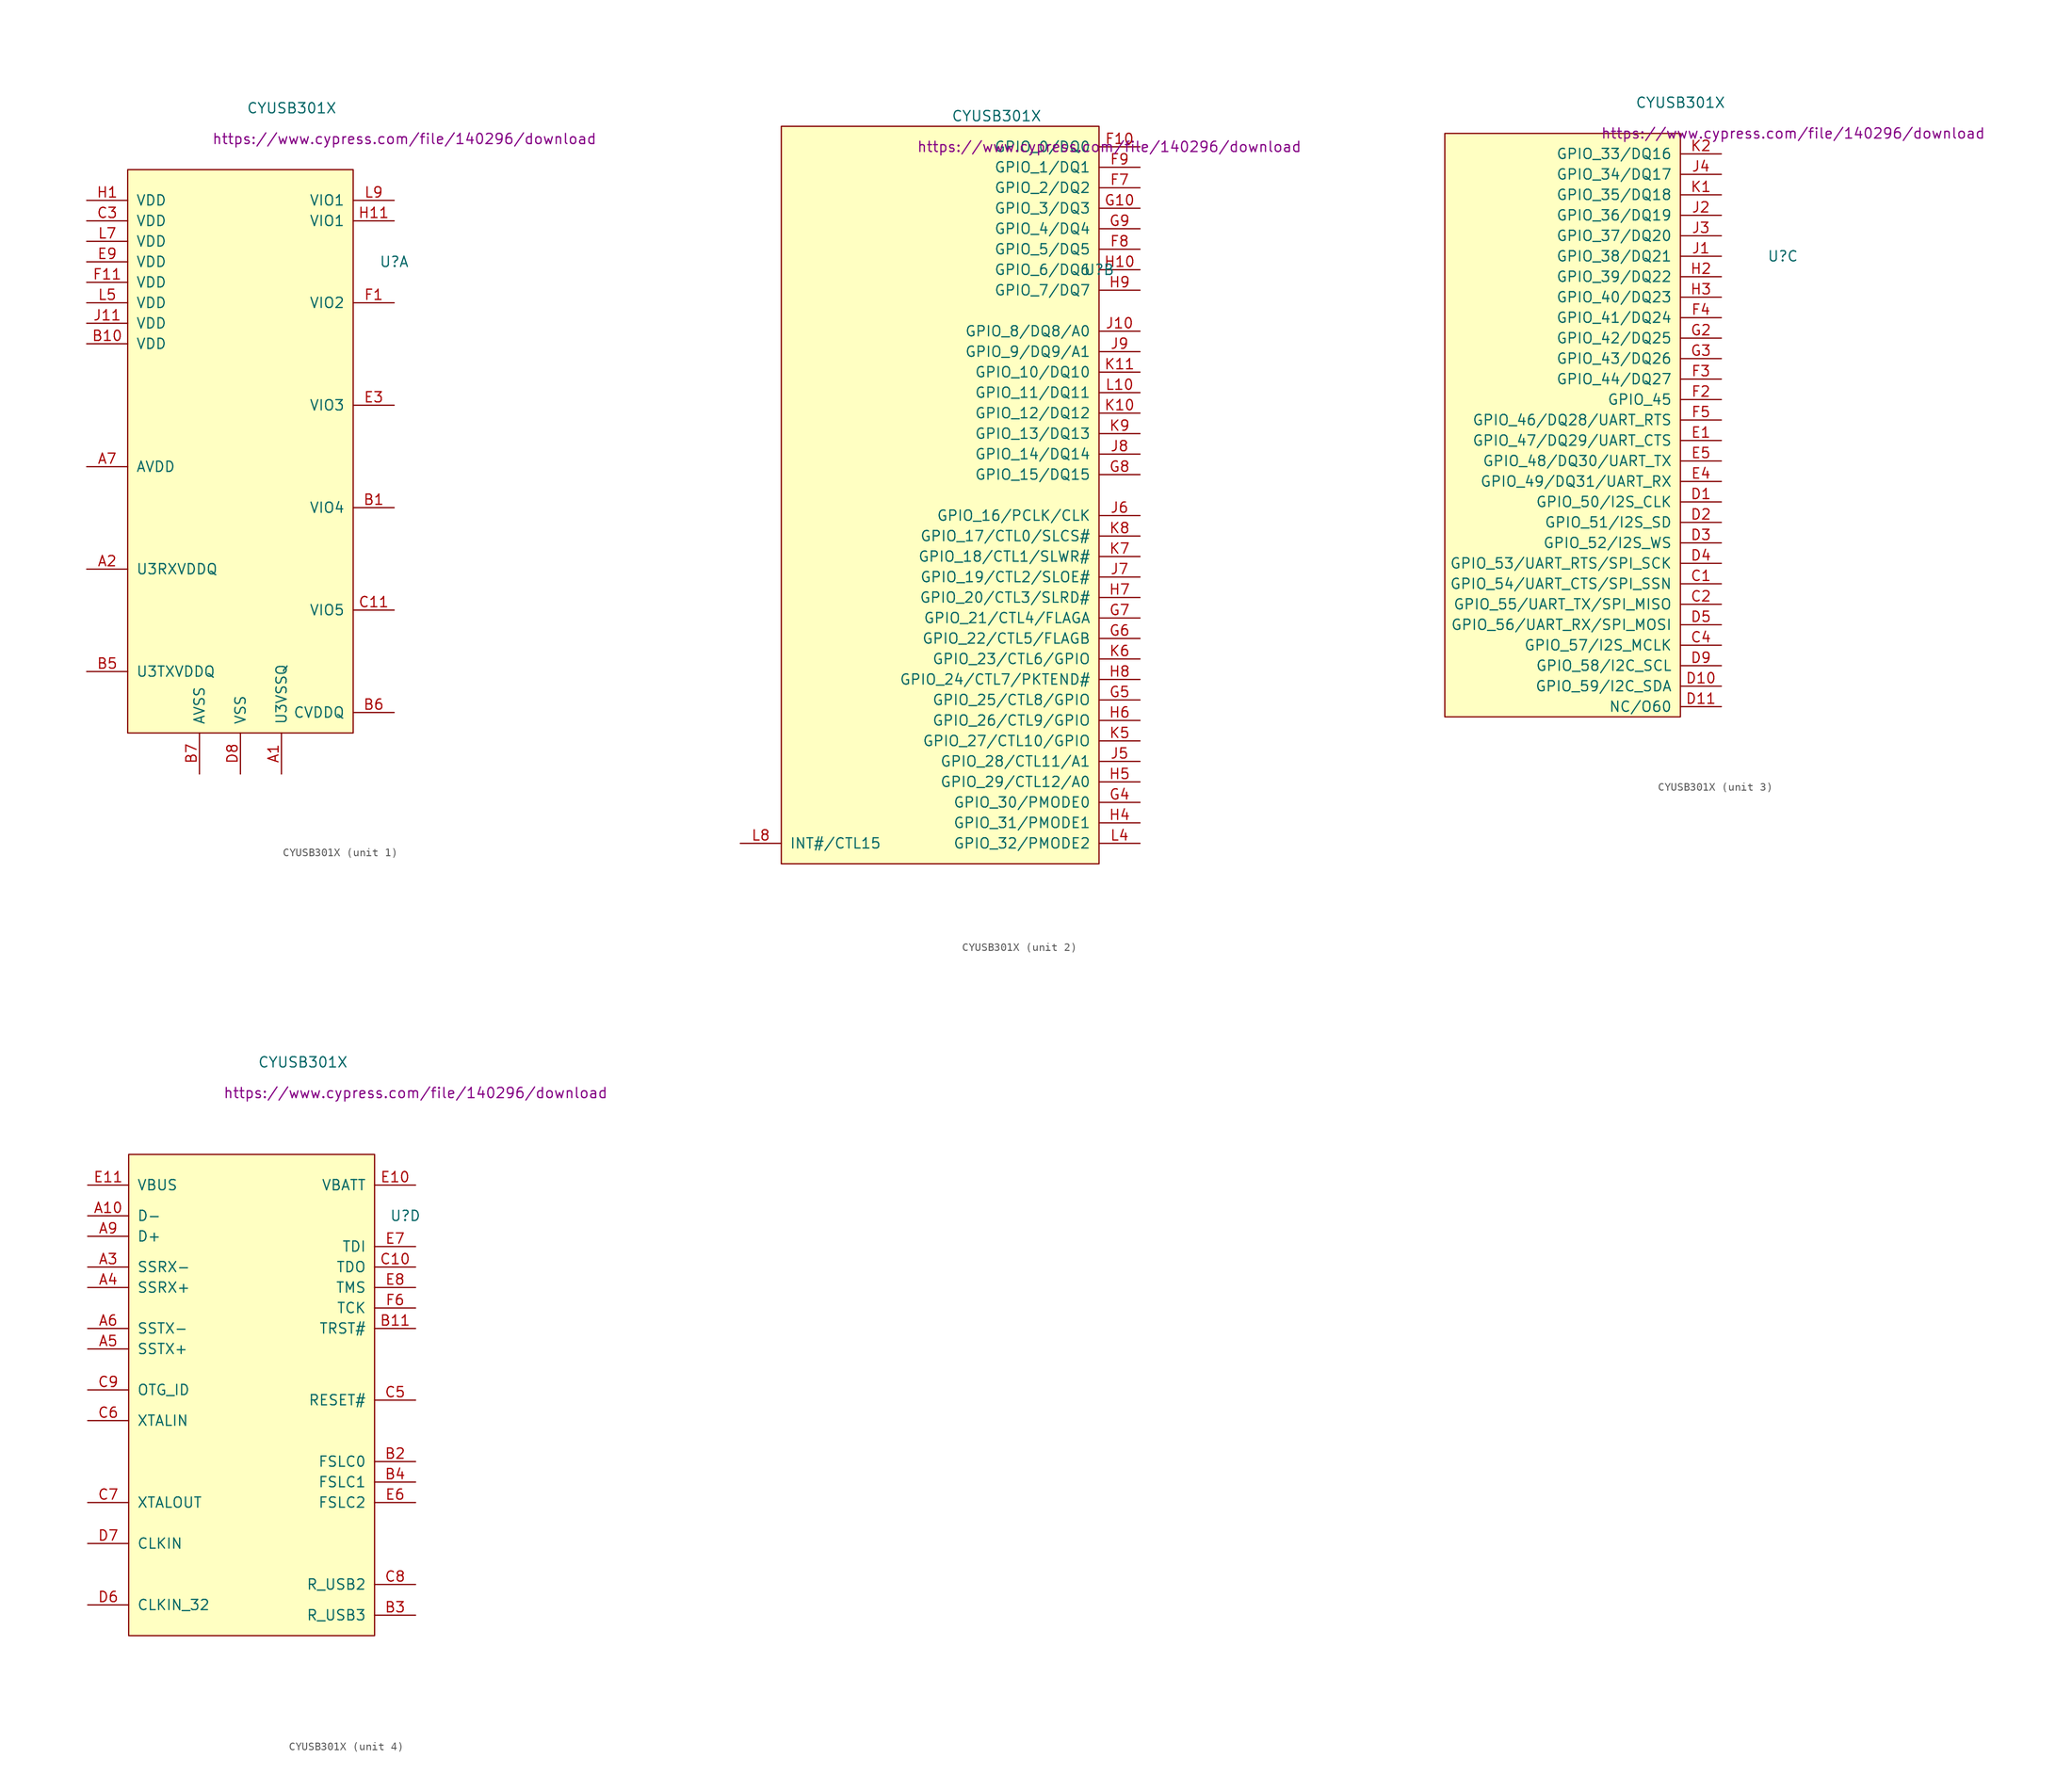
<source format=kicad_sym>
(kicad_symbol_lib
  (version 20231120)
  (generator "kicad_symbol_editor")
  (generator_version "8.0")
  (symbol "CYUSB301X"
    (pin_names
      (offset 1.016))
    (property "Reference" "U"
      (at 19.05 24.13 0)
      (effects (font (size 1.27 1.27))))
    (property "Value" "CYUSB301X"
      (at 6.35 43.18 0)
      (effects (font (size 1.27 1.27))))
    (property "Datasheet" "https://www.cypress.com/file/140296/download"
      (at 20.32 39.37 0)
      (effects (font (size 1.27 1.27))))
    (property "ki_locked" ""
      (at 0 0 0)
      (effects (font (size 1.27 1.27))))
    (symbol "CYUSB301X_1_1"
      (rectangle (start -13.97 35.56) (end 13.97 -34.29) (stroke (width 0) (type default)) (fill (type background)))
      (pin power_in line (at 5.08 -39.37 90) (length 5.08) (name "U3VSSQ" (effects (font (size 1.27 1.27)))) (number "A1" (effects (font (size 1.27 1.27)))))
      (pin power_in line (at -19.05 -13.97 0) (length 5.08) (name "U3RXVDDQ" (effects (font (size 1.27 1.27)))) (number "A2" (effects (font (size 1.27 1.27)))))
      (pin power_in line (at -19.05 -1.27 0) (length 5.08) (name "AVDD" (effects (font (size 1.27 1.27)))) (number "A7" (effects (font (size 1.27 1.27)))))
      (pin power_in line (at 0 -39.37 90) (length 5.08) hide (name "VSS" (effects (font (size 1.27 1.27)))) (number "A8" (effects (font (size 1.27 1.27)))))
      (pin power_in line (at 19.05 -6.35 180) (length 5.08) (name "VIO4" (effects (font (size 1.27 1.27)))) (number "B1" (effects (font (size 1.27 1.27)))))
      (pin power_in line (at -19.05 13.97 0) (length 5.08) (name "VDD" (effects (font (size 1.27 1.27)))) (number "B10" (effects (font (size 1.27 1.27)))))
      (pin power_in line (at -19.05 -26.67 0) (length 5.08) (name "U3TXVDDQ" (effects (font (size 1.27 1.27)))) (number "B5" (effects (font (size 1.27 1.27)))))
      (pin power_in line (at 19.05 -31.75 180) (length 5.08) (name "CVDDQ" (effects (font (size 1.27 1.27)))) (number "B6" (effects (font (size 1.27 1.27)))))
      (pin power_in line (at -5.08 -39.37 90) (length 5.08) (name "AVSS" (effects (font (size 1.27 1.27)))) (number "B7" (effects (font (size 1.27 1.27)))))
      (pin power_in line (at 0 -39.37 90) (length 5.08) hide (name "VSS" (effects (font (size 1.27 1.27)))) (number "B8" (effects (font (size 1.27 1.27)))))
      (pin power_in line (at 0 -39.37 90) (length 5.08) hide (name "VSS" (effects (font (size 1.27 1.27)))) (number "B9" (effects (font (size 1.27 1.27)))))
      (pin power_in line (at 19.05 -19.05 180) (length 5.08) (name "VIO5" (effects (font (size 1.27 1.27)))) (number "C11" (effects (font (size 1.27 1.27)))))
      (pin power_in line (at -19.05 29.21 0) (length 5.08) (name "VDD" (effects (font (size 1.27 1.27)))) (number "C3" (effects (font (size 1.27 1.27)))))
      (pin power_in line (at 0 -39.37 90) (length 5.08) (name "VSS" (effects (font (size 1.27 1.27)))) (number "D8" (effects (font (size 1.27 1.27)))))
      (pin power_in line (at 0 -39.37 90) (length 5.08) hide (name "VSS" (effects (font (size 1.27 1.27)))) (number "E2" (effects (font (size 1.27 1.27)))))
      (pin power_in line (at 19.05 6.35 180) (length 5.08) (name "VIO3" (effects (font (size 1.27 1.27)))) (number "E3" (effects (font (size 1.27 1.27)))))
      (pin power_in line (at -19.05 24.13 0) (length 5.08) (name "VDD" (effects (font (size 1.27 1.27)))) (number "E9" (effects (font (size 1.27 1.27)))))
      (pin power_in line (at 19.05 19.05 180) (length 5.08) (name "VIO2" (effects (font (size 1.27 1.27)))) (number "F1" (effects (font (size 1.27 1.27)))))
      (pin power_in line (at -19.05 21.59 0) (length 5.08) (name "VDD" (effects (font (size 1.27 1.27)))) (number "F11" (effects (font (size 1.27 1.27)))))
      (pin power_in line (at 0 -39.37 90) (length 5.08) hide (name "VSS" (effects (font (size 1.27 1.27)))) (number "G1" (effects (font (size 1.27 1.27)))))
      (pin power_in line (at 0 -39.37 90) (length 5.08) hide (name "VSS" (effects (font (size 1.27 1.27)))) (number "G11" (effects (font (size 1.27 1.27)))))
      (pin power_in line (at -19.05 31.75 0) (length 5.08) (name "VDD" (effects (font (size 1.27 1.27)))) (number "H1" (effects (font (size 1.27 1.27)))))
      (pin power_in line (at 19.05 29.21 180) (length 5.08) (name "VIO1" (effects (font (size 1.27 1.27)))) (number "H11" (effects (font (size 1.27 1.27)))))
      (pin power_in line (at -19.05 16.51 0) (length 5.08) (name "VDD" (effects (font (size 1.27 1.27)))) (number "J11" (effects (font (size 1.27 1.27)))))
      (pin power_in line (at 0 -39.37 90) (length 5.08) hide (name "VSS" (effects (font (size 1.27 1.27)))) (number "K3" (effects (font (size 1.27 1.27)))))
      (pin power_in line (at 0 -39.37 90) (length 5.08) hide (name "VSS" (effects (font (size 1.27 1.27)))) (number "K4" (effects (font (size 1.27 1.27)))))
      (pin power_in line (at 0 -39.37 90) (length 5.08) hide (name "VSS" (effects (font (size 1.27 1.27)))) (number "L1" (effects (font (size 1.27 1.27)))))
      (pin power_in line (at 0 -39.37 90) (length 5.08) hide (name "VSS" (effects (font (size 1.27 1.27)))) (number "L11" (effects (font (size 1.27 1.27)))))
      (pin power_in line (at 0 -39.37 90) (length 5.08) hide (name "VSS" (effects (font (size 1.27 1.27)))) (number "L2" (effects (font (size 1.27 1.27)))))
      (pin power_in line (at 0 -39.37 90) (length 5.08) hide (name "VSS" (effects (font (size 1.27 1.27)))) (number "L3" (effects (font (size 1.27 1.27)))))
      (pin power_in line (at -19.05 19.05 0) (length 5.08) (name "VDD" (effects (font (size 1.27 1.27)))) (number "L5" (effects (font (size 1.27 1.27)))))
      (pin power_in line (at 0 -39.37 90) (length 5.08) hide (name "VSS" (effects (font (size 1.27 1.27)))) (number "L6" (effects (font (size 1.27 1.27)))))
      (pin power_in line (at -19.05 26.67 0) (length 5.08) (name "VDD" (effects (font (size 1.27 1.27)))) (number "L7" (effects (font (size 1.27 1.27)))))
      (pin power_in line (at 19.05 31.75 180) (length 5.08) (name "VIO1" (effects (font (size 1.27 1.27)))) (number "L9" (effects (font (size 1.27 1.27))))))
    (symbol "CYUSB301X_2_1"
      (rectangle (start -20.32 41.91) (end 19.05 -49.53) (stroke (width 0) (type default)) (fill (type background)))
      (pin tri_state line (at 24.13 39.37 180) (length 5.08) (name "GPIO_0/DQ0" (effects (font (size 1.27 1.27)))) (number "F10" (effects (font (size 1.27 1.27)))))
      (pin tri_state line (at 24.13 34.29 180) (length 5.08) (name "GPIO_2/DQ2" (effects (font (size 1.27 1.27)))) (number "F7" (effects (font (size 1.27 1.27)))))
      (pin tri_state line (at 24.13 26.67 180) (length 5.08) (name "GPIO_5/DQ5" (effects (font (size 1.27 1.27)))) (number "F8" (effects (font (size 1.27 1.27)))))
      (pin tri_state line (at 24.13 36.83 180) (length 5.08) (name "GPIO_1/DQ1" (effects (font (size 1.27 1.27)))) (number "F9" (effects (font (size 1.27 1.27)))))
      (pin tri_state line (at 24.13 31.75 180) (length 5.08) (name "GPIO_3/DQ3" (effects (font (size 1.27 1.27)))) (number "G10" (effects (font (size 1.27 1.27)))))
      (pin tri_state line (at 24.13 -41.91 180) (length 5.08) (name "GPIO_30/PMODE0" (effects (font (size 1.27 1.27)))) (number "G4" (effects (font (size 1.27 1.27)))))
      (pin tri_state line (at 24.13 -29.21 180) (length 5.08) (name "GPIO_25/CTL8/GPIO" (effects (font (size 1.27 1.27)))) (number "G5" (effects (font (size 1.27 1.27)))))
      (pin tri_state line (at 24.13 -21.59 180) (length 5.08) (name "GPIO_22/CTL5/FLAGB" (effects (font (size 1.27 1.27)))) (number "G6" (effects (font (size 1.27 1.27)))))
      (pin tri_state line (at 24.13 -19.05 180) (length 5.08) (name "GPIO_21/CTL4/FLAGA" (effects (font (size 1.27 1.27)))) (number "G7" (effects (font (size 1.27 1.27)))))
      (pin tri_state line (at 24.13 -1.27 180) (length 5.08) (name "GPIO_15/DQ15" (effects (font (size 1.27 1.27)))) (number "G8" (effects (font (size 1.27 1.27)))))
      (pin tri_state line (at 24.13 29.21 180) (length 5.08) (name "GPIO_4/DQ4" (effects (font (size 1.27 1.27)))) (number "G9" (effects (font (size 1.27 1.27)))))
      (pin tri_state line (at 24.13 24.13 180) (length 5.08) (name "GPIO_6/DQ6" (effects (font (size 1.27 1.27)))) (number "H10" (effects (font (size 1.27 1.27)))))
      (pin input line (at 24.13 -44.45 180) (length 5.08) (name "GPIO_31/PMODE1" (effects (font (size 1.27 1.27)))) (number "H4" (effects (font (size 1.27 1.27)))))
      (pin tri_state line (at 24.13 -39.37 180) (length 5.08) (name "GPIO_29/CTL12/A0" (effects (font (size 1.27 1.27)))) (number "H5" (effects (font (size 1.27 1.27)))))
      (pin tri_state line (at 24.13 -31.75 180) (length 5.08) (name "GPIO_26/CTL9/GPIO" (effects (font (size 1.27 1.27)))) (number "H6" (effects (font (size 1.27 1.27)))))
      (pin tri_state line (at 24.13 -16.51 180) (length 5.08) (name "GPIO_20/CTL3/SLRD#" (effects (font (size 1.27 1.27)))) (number "H7" (effects (font (size 1.27 1.27)))))
      (pin tri_state line (at 24.13 -26.67 180) (length 5.08) (name "GPIO_24/CTL7/PKTEND#" (effects (font (size 1.27 1.27)))) (number "H8" (effects (font (size 1.27 1.27)))))
      (pin tri_state line (at 24.13 21.59 180) (length 5.08) (name "GPIO_7/DQ7" (effects (font (size 1.27 1.27)))) (number "H9" (effects (font (size 1.27 1.27)))))
      (pin tri_state line (at 24.13 16.51 180) (length 5.08) (name "GPIO_8/DQ8/A0" (effects (font (size 1.27 1.27)))) (number "J10" (effects (font (size 1.27 1.27)))))
      (pin tri_state line (at 24.13 -36.83 180) (length 5.08) (name "GPIO_28/CTL11/A1" (effects (font (size 1.27 1.27)))) (number "J5" (effects (font (size 1.27 1.27)))))
      (pin tri_state line (at 24.13 -6.35 180) (length 5.08) (name "GPIO_16/PCLK/CLK" (effects (font (size 1.27 1.27)))) (number "J6" (effects (font (size 1.27 1.27)))))
      (pin tri_state line (at 24.13 -13.97 180) (length 5.08) (name "GPIO_19/CTL2/SLOE#" (effects (font (size 1.27 1.27)))) (number "J7" (effects (font (size 1.27 1.27)))))
      (pin tri_state line (at 24.13 1.27 180) (length 5.08) (name "GPIO_14/DQ14" (effects (font (size 1.27 1.27)))) (number "J8" (effects (font (size 1.27 1.27)))))
      (pin tri_state line (at 24.13 13.97 180) (length 5.08) (name "GPIO_9/DQ9/A1" (effects (font (size 1.27 1.27)))) (number "J9" (effects (font (size 1.27 1.27)))))
      (pin tri_state line (at 24.13 6.35 180) (length 5.08) (name "GPIO_12/DQ12" (effects (font (size 1.27 1.27)))) (number "K10" (effects (font (size 1.27 1.27)))))
      (pin tri_state line (at 24.13 11.43 180) (length 5.08) (name "GPIO_10/DQ10" (effects (font (size 1.27 1.27)))) (number "K11" (effects (font (size 1.27 1.27)))))
      (pin tri_state line (at 24.13 -34.29 180) (length 5.08) (name "GPIO_27/CTL10/GPIO" (effects (font (size 1.27 1.27)))) (number "K5" (effects (font (size 1.27 1.27)))))
      (pin tri_state line (at 24.13 -24.13 180) (length 5.08) (name "GPIO_23/CTL6/GPIO" (effects (font (size 1.27 1.27)))) (number "K6" (effects (font (size 1.27 1.27)))))
      (pin tri_state line (at 24.13 -11.43 180) (length 5.08) (name "GPIO_18/CTL1/SLWR#" (effects (font (size 1.27 1.27)))) (number "K7" (effects (font (size 1.27 1.27)))))
      (pin tri_state line (at 24.13 -8.89 180) (length 5.08) (name "GPIO_17/CTL0/SLCS#" (effects (font (size 1.27 1.27)))) (number "K8" (effects (font (size 1.27 1.27)))))
      (pin tri_state line (at 24.13 3.81 180) (length 5.08) (name "GPIO_13/DQ13" (effects (font (size 1.27 1.27)))) (number "K9" (effects (font (size 1.27 1.27)))))
      (pin tri_state line (at 24.13 8.89 180) (length 5.08) (name "GPIO_11/DQ11" (effects (font (size 1.27 1.27)))) (number "L10" (effects (font (size 1.27 1.27)))))
      (pin input line (at 24.13 -46.99 180) (length 5.08) (name "GPIO_32/PMODE2" (effects (font (size 1.27 1.27)))) (number "L4" (effects (font (size 1.27 1.27)))))
      (pin bidirectional line (at -25.4 -46.99 0) (length 5.08) (name "INT#/CTL15" (effects (font (size 1.27 1.27)))) (number "L8" (effects (font (size 1.27 1.27))))))
    (symbol "CYUSB301X_3_1"
      (rectangle (start -22.86 39.37) (end 6.35 -33.02) (stroke (width 0) (type default)) (fill (type background)))
      (pin input line (at 11.43 -16.51 180) (length 5.08) (name "GPIO_54/UART_CTS/SPI_SSN" (effects (font (size 1.27 1.27)))) (number "C1" (effects (font (size 1.27 1.27)))))
      (pin input line (at 11.43 -19.05 180) (length 5.08) (name "GPIO_55/UART_TX/SPI_MISO" (effects (font (size 1.27 1.27)))) (number "C2" (effects (font (size 1.27 1.27)))))
      (pin input line (at 11.43 -24.13 180) (length 5.08) (name "GPIO_57/I2S_MCLK" (effects (font (size 1.27 1.27)))) (number "C4" (effects (font (size 1.27 1.27)))))
      (pin input line (at 11.43 -6.35 180) (length 5.08) (name "GPIO_50/I2S_CLK" (effects (font (size 1.27 1.27)))) (number "D1" (effects (font (size 1.27 1.27)))))
      (pin bidirectional line (at 11.43 -29.21 180) (length 5.08) (name "GPIO_59/I2C_SDA" (effects (font (size 1.27 1.27)))) (number "D10" (effects (font (size 1.27 1.27)))))
      (pin output line (at 11.43 -31.75 180) (length 5.08) (name "NC/O60" (effects (font (size 1.27 1.27)))) (number "D11" (effects (font (size 1.27 1.27)))))
      (pin input line (at 11.43 -8.89 180) (length 5.08) (name "GPIO_51/I2S_SD" (effects (font (size 1.27 1.27)))) (number "D2" (effects (font (size 1.27 1.27)))))
      (pin input line (at 11.43 -11.43 180) (length 5.08) (name "GPIO_52/I2S_WS" (effects (font (size 1.27 1.27)))) (number "D3" (effects (font (size 1.27 1.27)))))
      (pin input line (at 11.43 -13.97 180) (length 5.08) (name "GPIO_53/UART_RTS/SPI_SCK" (effects (font (size 1.27 1.27)))) (number "D4" (effects (font (size 1.27 1.27)))))
      (pin input line (at 11.43 -21.59 180) (length 5.08) (name "GPIO_56/UART_RX/SPI_MOSI" (effects (font (size 1.27 1.27)))) (number "D5" (effects (font (size 1.27 1.27)))))
      (pin bidirectional line (at 11.43 -26.67 180) (length 5.08) (name "GPIO_58/I2C_SCL" (effects (font (size 1.27 1.27)))) (number "D9" (effects (font (size 1.27 1.27)))))
      (pin input line (at 11.43 1.27 180) (length 5.08) (name "GPIO_47/DQ29/UART_CTS" (effects (font (size 1.27 1.27)))) (number "E1" (effects (font (size 1.27 1.27)))))
      (pin input line (at 11.43 -3.81 180) (length 5.08) (name "GPIO_49/DQ31/UART_RX" (effects (font (size 1.27 1.27)))) (number "E4" (effects (font (size 1.27 1.27)))))
      (pin input line (at 11.43 -1.27 180) (length 5.08) (name "GPIO_48/DQ30/UART_TX" (effects (font (size 1.27 1.27)))) (number "E5" (effects (font (size 1.27 1.27)))))
      (pin input line (at 11.43 6.35 180) (length 5.08) (name "GPIO_45" (effects (font (size 1.27 1.27)))) (number "F2" (effects (font (size 1.27 1.27)))))
      (pin input line (at 11.43 8.89 180) (length 5.08) (name "GPIO_44/DQ27" (effects (font (size 1.27 1.27)))) (number "F3" (effects (font (size 1.27 1.27)))))
      (pin input line (at 11.43 16.51 180) (length 5.08) (name "GPIO_41/DQ24" (effects (font (size 1.27 1.27)))) (number "F4" (effects (font (size 1.27 1.27)))))
      (pin input line (at 11.43 3.81 180) (length 5.08) (name "GPIO_46/DQ28/UART_RTS" (effects (font (size 1.27 1.27)))) (number "F5" (effects (font (size 1.27 1.27)))))
      (pin input line (at 11.43 13.97 180) (length 5.08) (name "GPIO_42/DQ25" (effects (font (size 1.27 1.27)))) (number "G2" (effects (font (size 1.27 1.27)))))
      (pin input line (at 11.43 11.43 180) (length 5.08) (name "GPIO_43/DQ26" (effects (font (size 1.27 1.27)))) (number "G3" (effects (font (size 1.27 1.27)))))
      (pin input line (at 11.43 21.59 180) (length 5.08) (name "GPIO_39/DQ22" (effects (font (size 1.27 1.27)))) (number "H2" (effects (font (size 1.27 1.27)))))
      (pin input line (at 11.43 19.05 180) (length 5.08) (name "GPIO_40/DQ23" (effects (font (size 1.27 1.27)))) (number "H3" (effects (font (size 1.27 1.27)))))
      (pin input line (at 11.43 24.13 180) (length 5.08) (name "GPIO_38/DQ21" (effects (font (size 1.27 1.27)))) (number "J1" (effects (font (size 1.27 1.27)))))
      (pin input line (at 11.43 29.21 180) (length 5.08) (name "GPIO_36/DQ19" (effects (font (size 1.27 1.27)))) (number "J2" (effects (font (size 1.27 1.27)))))
      (pin input line (at 11.43 26.67 180) (length 5.08) (name "GPIO_37/DQ20" (effects (font (size 1.27 1.27)))) (number "J3" (effects (font (size 1.27 1.27)))))
      (pin input line (at 11.43 34.29 180) (length 5.08) (name "GPIO_34/DQ17" (effects (font (size 1.27 1.27)))) (number "J4" (effects (font (size 1.27 1.27)))))
      (pin input line (at 11.43 31.75 180) (length 5.08) (name "GPIO_35/DQ18" (effects (font (size 1.27 1.27)))) (number "K1" (effects (font (size 1.27 1.27)))))
      (pin input line (at 11.43 36.83 180) (length 5.08) (name "GPIO_33/DQ16" (effects (font (size 1.27 1.27)))) (number "K2" (effects (font (size 1.27 1.27))))))
    (symbol "CYUSB301X_4_1"
      (rectangle (start -15.24 31.75) (end 15.24 -27.94) (stroke (width 0) (type default)) (fill (type background)))
      (pin bidirectional line (at -20.32 24.13 0) (length 5.08) (name "D-" (effects (font (size 1.27 1.27)))) (number "A10" (effects (font (size 1.27 1.27)))))
      (pin no_connect line (at 0 -33.02 90) (length 5.08) hide (name "NC" (effects (font (size 1.27 1.27)))) (number "A11" (effects (font (size 1.27 1.27)))))
      (pin input line (at -20.32 17.78 0) (length 5.08) (name "SSRX-" (effects (font (size 1.27 1.27)))) (number "A3" (effects (font (size 1.27 1.27)))))
      (pin input line (at -20.32 15.24 0) (length 5.08) (name "SSRX+" (effects (font (size 1.27 1.27)))) (number "A4" (effects (font (size 1.27 1.27)))))
      (pin output line (at -20.32 7.62 0) (length 5.08) (name "SSTX+" (effects (font (size 1.27 1.27)))) (number "A5" (effects (font (size 1.27 1.27)))))
      (pin output line (at -20.32 10.16 0) (length 5.08) (name "SSTX-" (effects (font (size 1.27 1.27)))) (number "A6" (effects (font (size 1.27 1.27)))))
      (pin tri_state line (at -20.32 21.59 0) (length 5.08) (name "D+" (effects (font (size 1.27 1.27)))) (number "A9" (effects (font (size 1.27 1.27)))))
      (pin input line (at 20.32 10.16 180) (length 5.08) (name "TRST#" (effects (font (size 1.27 1.27)))) (number "B11" (effects (font (size 1.27 1.27)))))
      (pin bidirectional line (at 20.32 -6.35 180) (length 5.08) (name "FSLC0" (effects (font (size 1.27 1.27)))) (number "B2" (effects (font (size 1.27 1.27)))))
      (pin passive line (at 20.32 -25.4 180) (length 5.08) (name "R_USB3" (effects (font (size 1.27 1.27)))) (number "B3" (effects (font (size 1.27 1.27)))))
      (pin bidirectional line (at 20.32 -8.89 180) (length 5.08) (name "FSLC1" (effects (font (size 1.27 1.27)))) (number "B4" (effects (font (size 1.27 1.27)))))
      (pin output line (at 20.32 17.78 180) (length 5.08) (name "TDO" (effects (font (size 1.27 1.27)))) (number "C10" (effects (font (size 1.27 1.27)))))
      (pin input line (at 20.32 1.27 180) (length 5.08) (name "RESET#" (effects (font (size 1.27 1.27)))) (number "C5" (effects (font (size 1.27 1.27)))))
      (pin bidirectional line (at -20.32 -1.27 0) (length 5.08) (name "XTALIN" (effects (font (size 1.27 1.27)))) (number "C6" (effects (font (size 1.27 1.27)))))
      (pin bidirectional line (at -20.32 -11.43 0) (length 5.08) (name "XTALOUT" (effects (font (size 1.27 1.27)))) (number "C7" (effects (font (size 1.27 1.27)))))
      (pin input line (at 20.32 -21.59 180) (length 5.08) (name "R_USB2" (effects (font (size 1.27 1.27)))) (number "C8" (effects (font (size 1.27 1.27)))))
      (pin input line (at -20.32 2.54 0) (length 5.08) (name "OTG_ID" (effects (font (size 1.27 1.27)))) (number "C9" (effects (font (size 1.27 1.27)))))
      (pin input line (at -20.32 -24.13 0) (length 5.08) (name "CLKIN_32" (effects (font (size 1.27 1.27)))) (number "D6" (effects (font (size 1.27 1.27)))))
      (pin input line (at -20.32 -16.51 0) (length 5.08) (name "CLKIN" (effects (font (size 1.27 1.27)))) (number "D7" (effects (font (size 1.27 1.27)))))
      (pin power_in line (at 20.32 27.94 180) (length 5.08) (name "VBATT" (effects (font (size 1.27 1.27)))) (number "E10" (effects (font (size 1.27 1.27)))))
      (pin power_in line (at -20.32 27.94 0) (length 5.08) (name "VBUS" (effects (font (size 1.27 1.27)))) (number "E11" (effects (font (size 1.27 1.27)))))
      (pin bidirectional line (at 20.32 -11.43 180) (length 5.08) (name "FSLC2" (effects (font (size 1.27 1.27)))) (number "E6" (effects (font (size 1.27 1.27)))))
      (pin input line (at 20.32 20.32 180) (length 5.08) (name "TDI" (effects (font (size 1.27 1.27)))) (number "E7" (effects (font (size 1.27 1.27)))))
      (pin input line (at 20.32 15.24 180) (length 5.08) (name "TMS" (effects (font (size 1.27 1.27)))) (number "E8" (effects (font (size 1.27 1.27)))))
      (pin input line (at 20.32 12.7 180) (length 5.08) (name "TCK" (effects (font (size 1.27 1.27)))) (number "F6" (effects (font (size 1.27 1.27))))))))
</source>
